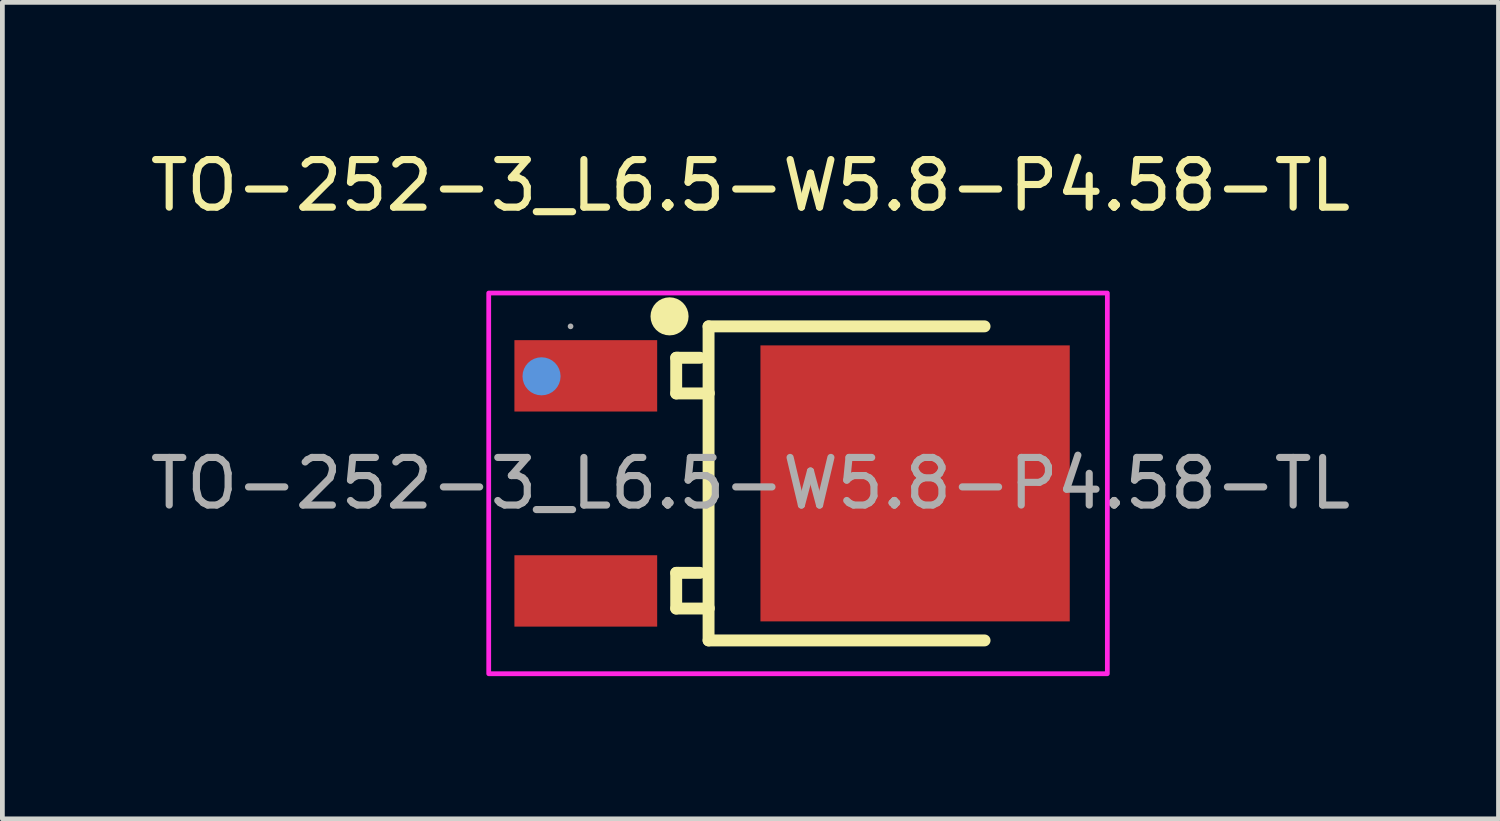
<source format=kicad_pcb>
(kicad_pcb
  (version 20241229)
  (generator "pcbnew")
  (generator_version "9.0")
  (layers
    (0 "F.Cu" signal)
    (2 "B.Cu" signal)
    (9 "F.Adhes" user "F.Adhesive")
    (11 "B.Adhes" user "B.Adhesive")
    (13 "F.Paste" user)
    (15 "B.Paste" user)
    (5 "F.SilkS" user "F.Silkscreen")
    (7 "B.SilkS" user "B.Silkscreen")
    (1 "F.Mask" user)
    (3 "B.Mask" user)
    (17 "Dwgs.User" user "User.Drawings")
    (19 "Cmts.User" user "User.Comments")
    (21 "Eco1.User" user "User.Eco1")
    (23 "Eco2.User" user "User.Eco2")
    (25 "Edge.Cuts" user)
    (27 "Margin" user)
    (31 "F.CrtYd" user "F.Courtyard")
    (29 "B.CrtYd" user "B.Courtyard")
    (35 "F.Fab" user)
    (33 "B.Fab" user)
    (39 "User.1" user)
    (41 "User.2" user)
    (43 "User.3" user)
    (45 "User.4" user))
  (footprint "TO-252-3_L6.5-W5.8-P4.58-TL"
    (layer "F.Cu")
    (at 12.72 7.108)
    (property "Reference" "TO-252-3_L6.5-W5.8-P4.58-TL" (at 0 -6.26 0) (layer "F.SilkS") (effects (font (size 1 1) (thickness 0.15))))
    (attr smd)
    (fp_line (start -1.56 -2.64) (end -1.56 -1.89) (stroke (width 0.25) (type solid)) (layer "F.SilkS"))
    (fp_line (start -1.56 -1.89) (end -0.88 -1.89) (stroke (width 0.25) (type solid)) (layer "F.SilkS"))
    (fp_line (start -1.56 1.88) (end -1.56 2.63) (stroke (width 0.25) (type solid)) (layer "F.SilkS"))
    (fp_line (start -1.56 2.63) (end -0.88 2.63) (stroke (width 0.25) (type solid)) (layer "F.SilkS"))
    (fp_line (start -1.52 -2.64) (end -1.56 -2.64) (stroke (width 0.25) (type solid)) (layer "F.SilkS"))
    (fp_line (start -1.52 1.88) (end -1.56 1.88) (stroke (width 0.25) (type solid)) (layer "F.SilkS"))
    (fp_line (start -1.06 -2.64) (end -1.52 -2.64) (stroke (width 0.25) (type solid)) (layer "F.SilkS"))
    (fp_line (start -1.06 1.88) (end -1.52 1.88) (stroke (width 0.25) (type solid)) (layer "F.SilkS"))
    (fp_line (start -0.88 -3.3) (end -0.88 3.3) (stroke (width 0.25) (type solid)) (layer "F.SilkS"))
    (fp_line (start -0.88 -1.89) (end -0.88 -1.91) (stroke (width 0.25) (type solid)) (layer "F.SilkS"))
    (fp_line (start -0.88 2.63) (end -0.88 2.61) (stroke (width 0.25) (type solid)) (layer "F.SilkS"))
    (fp_line (start -0.88 3.3) (end 4.92 3.3) (stroke (width 0.25) (type solid)) (layer "F.SilkS"))
    (fp_line (start 4.92 -3.3) (end -0.88 -3.3) (stroke (width 0.25) (type solid)) (layer "F.SilkS"))
    (fp_arc (start -1.7 -3.51) (mid -1.7 -3.51) (end -1.7 -3.51) (stroke (width 0.4) (type solid)) (layer "F.SilkS"))
    (fp_circle (center -4.39 -2.25) (end -4.19 -2.25) (stroke (width 0.4) (type solid)) (fill no) (layer "Cmts.User"))
    (fp_rect (start -5.5 -4) (end 7.5 4) (stroke (width 0.1) (type solid)) (fill no) (layer "F.CrtYd"))
    (fp_circle (center -3.78 -3.3) (end -3.75 -3.3) (stroke (width 0.06) (type solid)) (fill no) (layer "F.Fab"))
    (fp_text user "${REFERENCE}" (at 0 0 0) (layer "F.Fab") (effects (font (size 1 1) (thickness 0.15))))
    (pad "1" smd rect (at -3.46 -2.26) (size 3 1.5) (layers "F.Cu" "F.Mask" "F.Paste"))
    (pad "2" smd rect (at 3.46 0) (size 6.5 5.8) (layers "F.Cu" "F.Mask" "F.Paste"))
    (pad "3" smd rect (at -3.46 2.26) (size 3 1.5) (layers "F.Cu" "F.Mask" "F.Paste")))
  (gr_rect
    (start -3 -3)
    (end 28.44 14.158)
    (stroke (width 0.1) (type default))
    (fill no)
    (layer "Edge.Cuts")))
</source>
